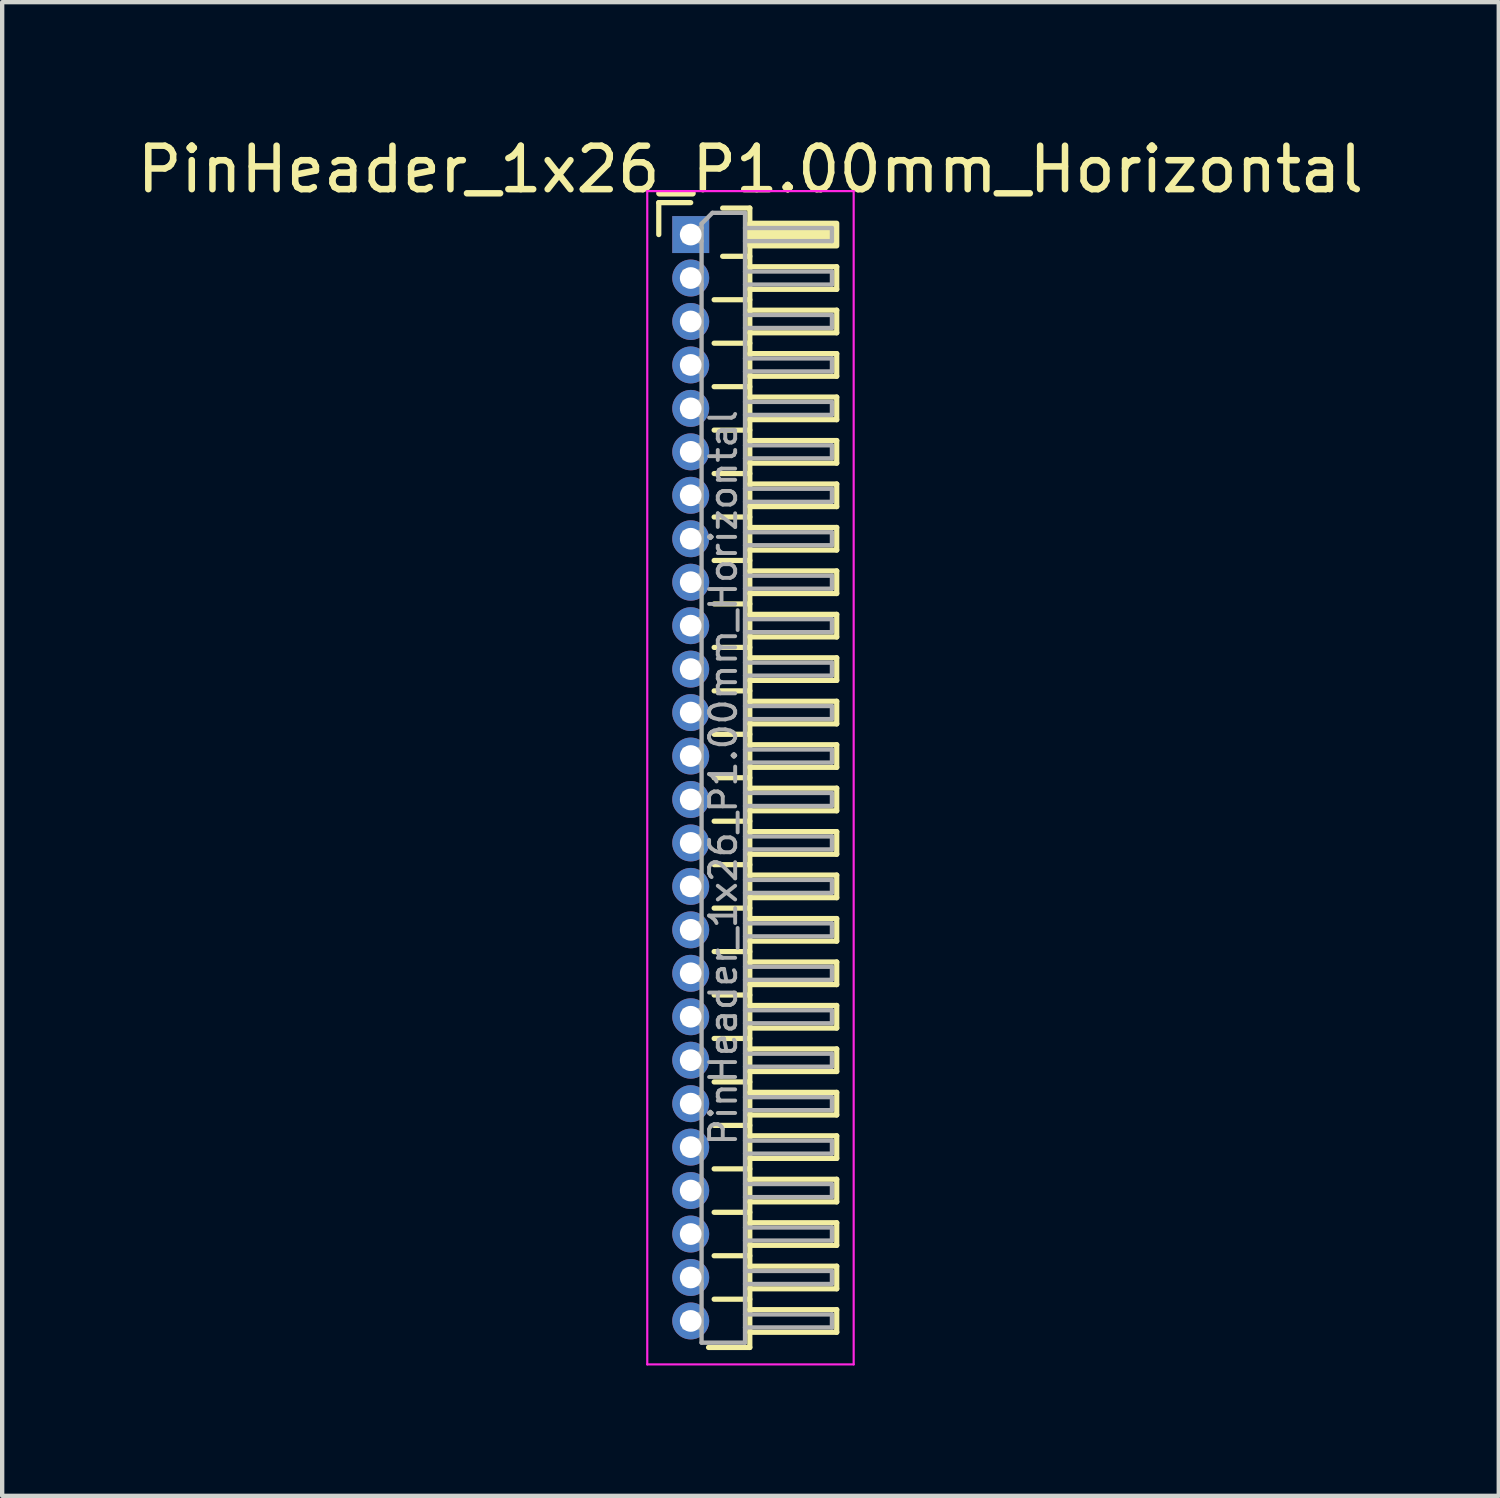
<source format=kicad_pcb>
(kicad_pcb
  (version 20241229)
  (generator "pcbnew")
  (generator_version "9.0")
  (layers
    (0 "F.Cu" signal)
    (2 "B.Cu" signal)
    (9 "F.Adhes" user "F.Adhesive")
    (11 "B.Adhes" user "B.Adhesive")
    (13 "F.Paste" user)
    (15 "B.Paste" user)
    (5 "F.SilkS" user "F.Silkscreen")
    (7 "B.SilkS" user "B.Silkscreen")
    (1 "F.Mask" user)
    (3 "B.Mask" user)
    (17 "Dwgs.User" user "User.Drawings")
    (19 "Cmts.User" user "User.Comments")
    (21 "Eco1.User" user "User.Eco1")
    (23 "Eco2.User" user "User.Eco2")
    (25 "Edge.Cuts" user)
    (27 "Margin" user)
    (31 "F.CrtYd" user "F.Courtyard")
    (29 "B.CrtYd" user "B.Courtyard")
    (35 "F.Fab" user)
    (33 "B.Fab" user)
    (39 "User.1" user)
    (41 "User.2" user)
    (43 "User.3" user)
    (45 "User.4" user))
  (footprint "PinHeader_1x26_P1.00mm_Horizontal"
    (layer "F.Cu")
    (at 12.845 2.348)
    (property "Reference" "PinHeader_1x26_P1.00mm_Horizontal" (at 1.375 -1.5 0) (layer "F.SilkS") (effects (font (size 1 1) (thickness 0.15))))
    (attr through_hole)
    (fp_line (start -0.735 -0.735) (end 0 -0.735) (stroke (width 0.12) (type solid)) (layer "F.SilkS"))
    (fp_line (start -0.735 0) (end -0.735 -0.735) (stroke (width 0.12) (type solid)) (layer "F.SilkS"))
    (fp_line (start 0.539 1.5) (end 1.36 1.5) (stroke (width 0.12) (type solid)) (layer "F.SilkS"))
    (fp_line (start 0.539 2.5) (end 1.36 2.5) (stroke (width 0.12) (type solid)) (layer "F.SilkS"))
    (fp_line (start 0.539 3.5) (end 1.36 3.5) (stroke (width 0.12) (type solid)) (layer "F.SilkS"))
    (fp_line (start 0.539 4.5) (end 1.36 4.5) (stroke (width 0.12) (type solid)) (layer "F.SilkS"))
    (fp_line (start 0.539 5.5) (end 1.36 5.5) (stroke (width 0.12) (type solid)) (layer "F.SilkS"))
    (fp_line (start 0.539 6.5) (end 1.36 6.5) (stroke (width 0.12) (type solid)) (layer "F.SilkS"))
    (fp_line (start 0.539 7.5) (end 1.36 7.5) (stroke (width 0.12) (type solid)) (layer "F.SilkS"))
    (fp_line (start 0.539 8.5) (end 1.36 8.5) (stroke (width 0.12) (type solid)) (layer "F.SilkS"))
    (fp_line (start 0.539 9.5) (end 1.36 9.5) (stroke (width 0.12) (type solid)) (layer "F.SilkS"))
    (fp_line (start 0.539 10.5) (end 1.36 10.5) (stroke (width 0.12) (type solid)) (layer "F.SilkS"))
    (fp_line (start 0.539 11.5) (end 1.36 11.5) (stroke (width 0.12) (type solid)) (layer "F.SilkS"))
    (fp_line (start 0.539 12.5) (end 1.36 12.5) (stroke (width 0.12) (type solid)) (layer "F.SilkS"))
    (fp_line (start 0.539 13.5) (end 1.36 13.5) (stroke (width 0.12) (type solid)) (layer "F.SilkS"))
    (fp_line (start 0.539 14.5) (end 1.36 14.5) (stroke (width 0.12) (type solid)) (layer "F.SilkS"))
    (fp_line (start 0.539 15.5) (end 1.36 15.5) (stroke (width 0.12) (type solid)) (layer "F.SilkS"))
    (fp_line (start 0.539 16.5) (end 1.36 16.5) (stroke (width 0.12) (type solid)) (layer "F.SilkS"))
    (fp_line (start 0.539 17.5) (end 1.36 17.5) (stroke (width 0.12) (type solid)) (layer "F.SilkS"))
    (fp_line (start 0.539 18.5) (end 1.36 18.5) (stroke (width 0.12) (type solid)) (layer "F.SilkS"))
    (fp_line (start 0.539 19.5) (end 1.36 19.5) (stroke (width 0.12) (type solid)) (layer "F.SilkS"))
    (fp_line (start 0.539 20.5) (end 1.36 20.5) (stroke (width 0.12) (type solid)) (layer "F.SilkS"))
    (fp_line (start 0.539 21.5) (end 1.36 21.5) (stroke (width 0.12) (type solid)) (layer "F.SilkS"))
    (fp_line (start 0.539 22.5) (end 1.36 22.5) (stroke (width 0.12) (type solid)) (layer "F.SilkS"))
    (fp_line (start 0.539 23.5) (end 1.36 23.5) (stroke (width 0.12) (type solid)) (layer "F.SilkS"))
    (fp_line (start 0.539 24.5) (end 1.36 24.5) (stroke (width 0.12) (type solid)) (layer "F.SilkS"))
    (fp_line (start 0.735 -0.61) (end 1.36 -0.61) (stroke (width 0.12) (type solid)) (layer "F.SilkS"))
    (fp_line (start 0.735 0.5) (end 1.36 0.5) (stroke (width 0.12) (type solid)) (layer "F.SilkS"))
    (fp_line (start 1.36 -0.61) (end 1.36 25.61) (stroke (width 0.12) (type solid)) (layer "F.SilkS"))
    (fp_line (start 1.36 0.74) (end 3.36 0.74) (stroke (width 0.12) (type solid)) (layer "F.SilkS"))
    (fp_line (start 1.36 1.74) (end 3.36 1.74) (stroke (width 0.12) (type solid)) (layer "F.SilkS"))
    (fp_line (start 1.36 2.74) (end 3.36 2.74) (stroke (width 0.12) (type solid)) (layer "F.SilkS"))
    (fp_line (start 1.36 3.74) (end 3.36 3.74) (stroke (width 0.12) (type solid)) (layer "F.SilkS"))
    (fp_line (start 1.36 4.74) (end 3.36 4.74) (stroke (width 0.12) (type solid)) (layer "F.SilkS"))
    (fp_line (start 1.36 5.74) (end 3.36 5.74) (stroke (width 0.12) (type solid)) (layer "F.SilkS"))
    (fp_line (start 1.36 6.74) (end 3.36 6.74) (stroke (width 0.12) (type solid)) (layer "F.SilkS"))
    (fp_line (start 1.36 7.74) (end 3.36 7.74) (stroke (width 0.12) (type solid)) (layer "F.SilkS"))
    (fp_line (start 1.36 8.74) (end 3.36 8.74) (stroke (width 0.12) (type solid)) (layer "F.SilkS"))
    (fp_line (start 1.36 9.74) (end 3.36 9.74) (stroke (width 0.12) (type solid)) (layer "F.SilkS"))
    (fp_line (start 1.36 10.74) (end 3.36 10.74) (stroke (width 0.12) (type solid)) (layer "F.SilkS"))
    (fp_line (start 1.36 11.74) (end 3.36 11.74) (stroke (width 0.12) (type solid)) (layer "F.SilkS"))
    (fp_line (start 1.36 12.74) (end 3.36 12.74) (stroke (width 0.12) (type solid)) (layer "F.SilkS"))
    (fp_line (start 1.36 13.74) (end 3.36 13.74) (stroke (width 0.12) (type solid)) (layer "F.SilkS"))
    (fp_line (start 1.36 14.74) (end 3.36 14.74) (stroke (width 0.12) (type solid)) (layer "F.SilkS"))
    (fp_line (start 1.36 15.74) (end 3.36 15.74) (stroke (width 0.12) (type solid)) (layer "F.SilkS"))
    (fp_line (start 1.36 16.74) (end 3.36 16.74) (stroke (width 0.12) (type solid)) (layer "F.SilkS"))
    (fp_line (start 1.36 17.74) (end 3.36 17.74) (stroke (width 0.12) (type solid)) (layer "F.SilkS"))
    (fp_line (start 1.36 18.74) (end 3.36 18.74) (stroke (width 0.12) (type solid)) (layer "F.SilkS"))
    (fp_line (start 1.36 19.74) (end 3.36 19.74) (stroke (width 0.12) (type solid)) (layer "F.SilkS"))
    (fp_line (start 1.36 20.74) (end 3.36 20.74) (stroke (width 0.12) (type solid)) (layer "F.SilkS"))
    (fp_line (start 1.36 21.74) (end 3.36 21.74) (stroke (width 0.12) (type solid)) (layer "F.SilkS"))
    (fp_line (start 1.36 22.74) (end 3.36 22.74) (stroke (width 0.12) (type solid)) (layer "F.SilkS"))
    (fp_line (start 1.36 23.74) (end 3.36 23.74) (stroke (width 0.12) (type solid)) (layer "F.SilkS"))
    (fp_line (start 1.36 24.74) (end 3.36 24.74) (stroke (width 0.12) (type solid)) (layer "F.SilkS"))
    (fp_line (start 1.36 25.61) (end 0.41 25.61) (stroke (width 0.12) (type solid)) (layer "F.SilkS"))
    (fp_line (start 3.36 0.74) (end 3.36 1.26) (stroke (width 0.12) (type solid)) (layer "F.SilkS"))
    (fp_line (start 3.36 1.26) (end 1.36 1.26) (stroke (width 0.12) (type solid)) (layer "F.SilkS"))
    (fp_line (start 3.36 1.74) (end 3.36 2.26) (stroke (width 0.12) (type solid)) (layer "F.SilkS"))
    (fp_line (start 3.36 2.26) (end 1.36 2.26) (stroke (width 0.12) (type solid)) (layer "F.SilkS"))
    (fp_line (start 3.36 2.74) (end 3.36 3.26) (stroke (width 0.12) (type solid)) (layer "F.SilkS"))
    (fp_line (start 3.36 3.26) (end 1.36 3.26) (stroke (width 0.12) (type solid)) (layer "F.SilkS"))
    (fp_line (start 3.36 3.74) (end 3.36 4.26) (stroke (width 0.12) (type solid)) (layer "F.SilkS"))
    (fp_line (start 3.36 4.26) (end 1.36 4.26) (stroke (width 0.12) (type solid)) (layer "F.SilkS"))
    (fp_line (start 3.36 4.74) (end 3.36 5.26) (stroke (width 0.12) (type solid)) (layer "F.SilkS"))
    (fp_line (start 3.36 5.26) (end 1.36 5.26) (stroke (width 0.12) (type solid)) (layer "F.SilkS"))
    (fp_line (start 3.36 5.74) (end 3.36 6.26) (stroke (width 0.12) (type solid)) (layer "F.SilkS"))
    (fp_line (start 3.36 6.26) (end 1.36 6.26) (stroke (width 0.12) (type solid)) (layer "F.SilkS"))
    (fp_line (start 3.36 6.74) (end 3.36 7.26) (stroke (width 0.12) (type solid)) (layer "F.SilkS"))
    (fp_line (start 3.36 7.26) (end 1.36 7.26) (stroke (width 0.12) (type solid)) (layer "F.SilkS"))
    (fp_line (start 3.36 7.74) (end 3.36 8.26) (stroke (width 0.12) (type solid)) (layer "F.SilkS"))
    (fp_line (start 3.36 8.26) (end 1.36 8.26) (stroke (width 0.12) (type solid)) (layer "F.SilkS"))
    (fp_line (start 3.36 8.74) (end 3.36 9.26) (stroke (width 0.12) (type solid)) (layer "F.SilkS"))
    (fp_line (start 3.36 9.26) (end 1.36 9.26) (stroke (width 0.12) (type solid)) (layer "F.SilkS"))
    (fp_line (start 3.36 9.74) (end 3.36 10.26) (stroke (width 0.12) (type solid)) (layer "F.SilkS"))
    (fp_line (start 3.36 10.26) (end 1.36 10.26) (stroke (width 0.12) (type solid)) (layer "F.SilkS"))
    (fp_line (start 3.36 10.74) (end 3.36 11.26) (stroke (width 0.12) (type solid)) (layer "F.SilkS"))
    (fp_line (start 3.36 11.26) (end 1.36 11.26) (stroke (width 0.12) (type solid)) (layer "F.SilkS"))
    (fp_line (start 3.36 11.74) (end 3.36 12.26) (stroke (width 0.12) (type solid)) (layer "F.SilkS"))
    (fp_line (start 3.36 12.26) (end 1.36 12.26) (stroke (width 0.12) (type solid)) (layer "F.SilkS"))
    (fp_line (start 3.36 12.74) (end 3.36 13.26) (stroke (width 0.12) (type solid)) (layer "F.SilkS"))
    (fp_line (start 3.36 13.26) (end 1.36 13.26) (stroke (width 0.12) (type solid)) (layer "F.SilkS"))
    (fp_line (start 3.36 13.74) (end 3.36 14.26) (stroke (width 0.12) (type solid)) (layer "F.SilkS"))
    (fp_line (start 3.36 14.26) (end 1.36 14.26) (stroke (width 0.12) (type solid)) (layer "F.SilkS"))
    (fp_line (start 3.36 14.74) (end 3.36 15.26) (stroke (width 0.12) (type solid)) (layer "F.SilkS"))
    (fp_line (start 3.36 15.26) (end 1.36 15.26) (stroke (width 0.12) (type solid)) (layer "F.SilkS"))
    (fp_line (start 3.36 15.74) (end 3.36 16.26) (stroke (width 0.12) (type solid)) (layer "F.SilkS"))
    (fp_line (start 3.36 16.26) (end 1.36 16.26) (stroke (width 0.12) (type solid)) (layer "F.SilkS"))
    (fp_line (start 3.36 16.74) (end 3.36 17.26) (stroke (width 0.12) (type solid)) (layer "F.SilkS"))
    (fp_line (start 3.36 17.26) (end 1.36 17.26) (stroke (width 0.12) (type solid)) (layer "F.SilkS"))
    (fp_line (start 3.36 17.74) (end 3.36 18.26) (stroke (width 0.12) (type solid)) (layer "F.SilkS"))
    (fp_line (start 3.36 18.26) (end 1.36 18.26) (stroke (width 0.12) (type solid)) (layer "F.SilkS"))
    (fp_line (start 3.36 18.74) (end 3.36 19.26) (stroke (width 0.12) (type solid)) (layer "F.SilkS"))
    (fp_line (start 3.36 19.26) (end 1.36 19.26) (stroke (width 0.12) (type solid)) (layer "F.SilkS"))
    (fp_line (start 3.36 19.74) (end 3.36 20.26) (stroke (width 0.12) (type solid)) (layer "F.SilkS"))
    (fp_line (start 3.36 20.26) (end 1.36 20.26) (stroke (width 0.12) (type solid)) (layer "F.SilkS"))
    (fp_line (start 3.36 20.74) (end 3.36 21.26) (stroke (width 0.12) (type solid)) (layer "F.SilkS"))
    (fp_line (start 3.36 21.26) (end 1.36 21.26) (stroke (width 0.12) (type solid)) (layer "F.SilkS"))
    (fp_line (start 3.36 21.74) (end 3.36 22.26) (stroke (width 0.12) (type solid)) (layer "F.SilkS"))
    (fp_line (start 3.36 22.26) (end 1.36 22.26) (stroke (width 0.12) (type solid)) (layer "F.SilkS"))
    (fp_line (start 3.36 22.74) (end 3.36 23.26) (stroke (width 0.12) (type solid)) (layer "F.SilkS"))
    (fp_line (start 3.36 23.26) (end 1.36 23.26) (stroke (width 0.12) (type solid)) (layer "F.SilkS"))
    (fp_line (start 3.36 23.74) (end 3.36 24.26) (stroke (width 0.12) (type solid)) (layer "F.SilkS"))
    (fp_line (start 3.36 24.26) (end 1.36 24.26) (stroke (width 0.12) (type solid)) (layer "F.SilkS"))
    (fp_line (start 3.36 24.74) (end 3.36 25.26) (stroke (width 0.12) (type solid)) (layer "F.SilkS"))
    (fp_line (start 3.36 25.26) (end 1.36 25.26) (stroke (width 0.12) (type solid)) (layer "F.SilkS"))
    (fp_rect (start 1.36 -0.26) (end 3.36 0.26) (stroke (width 0.12) (type solid)) (fill yes) (layer "F.SilkS"))
    (fp_line (start -1 -1) (end -1 26) (stroke (width 0.05) (type solid)) (layer "F.CrtYd"))
    (fp_line (start -1 26) (end 3.75 26) (stroke (width 0.05) (type solid)) (layer "F.CrtYd"))
    (fp_line (start 3.75 -1) (end -1 -1) (stroke (width 0.05) (type solid)) (layer "F.CrtYd"))
    (fp_line (start 3.75 26) (end 3.75 -1) (stroke (width 0.05) (type solid)) (layer "F.CrtYd"))
    (fp_line (start -0.15 -0.15) (end -0.15 0.15) (stroke (width 0.1) (type solid)) (layer "F.Fab"))
    (fp_line (start -0.15 -0.15) (end 0.25 -0.15) (stroke (width 0.1) (type solid)) (layer "F.Fab"))
    (fp_line (start -0.15 0.15) (end 0.25 0.15) (stroke (width 0.1) (type solid)) (layer "F.Fab"))
    (fp_line (start -0.15 0.85) (end -0.15 1.15) (stroke (width 0.1) (type solid)) (layer "F.Fab"))
    (fp_line (start -0.15 0.85) (end 0.25 0.85) (stroke (width 0.1) (type solid)) (layer "F.Fab"))
    (fp_line (start -0.15 1.15) (end 0.25 1.15) (stroke (width 0.1) (type solid)) (layer "F.Fab"))
    (fp_line (start -0.15 1.85) (end -0.15 2.15) (stroke (width 0.1) (type solid)) (layer "F.Fab"))
    (fp_line (start -0.15 1.85) (end 0.25 1.85) (stroke (width 0.1) (type solid)) (layer "F.Fab"))
    (fp_line (start -0.15 2.15) (end 0.25 2.15) (stroke (width 0.1) (type solid)) (layer "F.Fab"))
    (fp_line (start -0.15 2.85) (end -0.15 3.15) (stroke (width 0.1) (type solid)) (layer "F.Fab"))
    (fp_line (start -0.15 2.85) (end 0.25 2.85) (stroke (width 0.1) (type solid)) (layer "F.Fab"))
    (fp_line (start -0.15 3.15) (end 0.25 3.15) (stroke (width 0.1) (type solid)) (layer "F.Fab"))
    (fp_line (start -0.15 3.85) (end -0.15 4.15) (stroke (width 0.1) (type solid)) (layer "F.Fab"))
    (fp_line (start -0.15 3.85) (end 0.25 3.85) (stroke (width 0.1) (type solid)) (layer "F.Fab"))
    (fp_line (start -0.15 4.15) (end 0.25 4.15) (stroke (width 0.1) (type solid)) (layer "F.Fab"))
    (fp_line (start -0.15 4.85) (end -0.15 5.15) (stroke (width 0.1) (type solid)) (layer "F.Fab"))
    (fp_line (start -0.15 4.85) (end 0.25 4.85) (stroke (width 0.1) (type solid)) (layer "F.Fab"))
    (fp_line (start -0.15 5.15) (end 0.25 5.15) (stroke (width 0.1) (type solid)) (layer "F.Fab"))
    (fp_line (start -0.15 5.85) (end -0.15 6.15) (stroke (width 0.1) (type solid)) (layer "F.Fab"))
    (fp_line (start -0.15 5.85) (end 0.25 5.85) (stroke (width 0.1) (type solid)) (layer "F.Fab"))
    (fp_line (start -0.15 6.15) (end 0.25 6.15) (stroke (width 0.1) (type solid)) (layer "F.Fab"))
    (fp_line (start -0.15 6.85) (end -0.15 7.15) (stroke (width 0.1) (type solid)) (layer "F.Fab"))
    (fp_line (start -0.15 6.85) (end 0.25 6.85) (stroke (width 0.1) (type solid)) (layer "F.Fab"))
    (fp_line (start -0.15 7.15) (end 0.25 7.15) (stroke (width 0.1) (type solid)) (layer "F.Fab"))
    (fp_line (start -0.15 7.85) (end -0.15 8.15) (stroke (width 0.1) (type solid)) (layer "F.Fab"))
    (fp_line (start -0.15 7.85) (end 0.25 7.85) (stroke (width 0.1) (type solid)) (layer "F.Fab"))
    (fp_line (start -0.15 8.15) (end 0.25 8.15) (stroke (width 0.1) (type solid)) (layer "F.Fab"))
    (fp_line (start -0.15 8.85) (end -0.15 9.15) (stroke (width 0.1) (type solid)) (layer "F.Fab"))
    (fp_line (start -0.15 8.85) (end 0.25 8.85) (stroke (width 0.1) (type solid)) (layer "F.Fab"))
    (fp_line (start -0.15 9.15) (end 0.25 9.15) (stroke (width 0.1) (type solid)) (layer "F.Fab"))
    (fp_line (start -0.15 9.85) (end -0.15 10.15) (stroke (width 0.1) (type solid)) (layer "F.Fab"))
    (fp_line (start -0.15 9.85) (end 0.25 9.85) (stroke (width 0.1) (type solid)) (layer "F.Fab"))
    (fp_line (start -0.15 10.15) (end 0.25 10.15) (stroke (width 0.1) (type solid)) (layer "F.Fab"))
    (fp_line (start -0.15 10.85) (end -0.15 11.15) (stroke (width 0.1) (type solid)) (layer "F.Fab"))
    (fp_line (start -0.15 10.85) (end 0.25 10.85) (stroke (width 0.1) (type solid)) (layer "F.Fab"))
    (fp_line (start -0.15 11.15) (end 0.25 11.15) (stroke (width 0.1) (type solid)) (layer "F.Fab"))
    (fp_line (start -0.15 11.85) (end -0.15 12.15) (stroke (width 0.1) (type solid)) (layer "F.Fab"))
    (fp_line (start -0.15 11.85) (end 0.25 11.85) (stroke (width 0.1) (type solid)) (layer "F.Fab"))
    (fp_line (start -0.15 12.15) (end 0.25 12.15) (stroke (width 0.1) (type solid)) (layer "F.Fab"))
    (fp_line (start -0.15 12.85) (end -0.15 13.15) (stroke (width 0.1) (type solid)) (layer "F.Fab"))
    (fp_line (start -0.15 12.85) (end 0.25 12.85) (stroke (width 0.1) (type solid)) (layer "F.Fab"))
    (fp_line (start -0.15 13.15) (end 0.25 13.15) (stroke (width 0.1) (type solid)) (layer "F.Fab"))
    (fp_line (start -0.15 13.85) (end -0.15 14.15) (stroke (width 0.1) (type solid)) (layer "F.Fab"))
    (fp_line (start -0.15 13.85) (end 0.25 13.85) (stroke (width 0.1) (type solid)) (layer "F.Fab"))
    (fp_line (start -0.15 14.15) (end 0.25 14.15) (stroke (width 0.1) (type solid)) (layer "F.Fab"))
    (fp_line (start -0.15 14.85) (end -0.15 15.15) (stroke (width 0.1) (type solid)) (layer "F.Fab"))
    (fp_line (start -0.15 14.85) (end 0.25 14.85) (stroke (width 0.1) (type solid)) (layer "F.Fab"))
    (fp_line (start -0.15 15.15) (end 0.25 15.15) (stroke (width 0.1) (type solid)) (layer "F.Fab"))
    (fp_line (start -0.15 15.85) (end -0.15 16.15) (stroke (width 0.1) (type solid)) (layer "F.Fab"))
    (fp_line (start -0.15 15.85) (end 0.25 15.85) (stroke (width 0.1) (type solid)) (layer "F.Fab"))
    (fp_line (start -0.15 16.15) (end 0.25 16.15) (stroke (width 0.1) (type solid)) (layer "F.Fab"))
    (fp_line (start -0.15 16.85) (end -0.15 17.15) (stroke (width 0.1) (type solid)) (layer "F.Fab"))
    (fp_line (start -0.15 16.85) (end 0.25 16.85) (stroke (width 0.1) (type solid)) (layer "F.Fab"))
    (fp_line (start -0.15 17.15) (end 0.25 17.15) (stroke (width 0.1) (type solid)) (layer "F.Fab"))
    (fp_line (start -0.15 17.85) (end -0.15 18.15) (stroke (width 0.1) (type solid)) (layer "F.Fab"))
    (fp_line (start -0.15 17.85) (end 0.25 17.85) (stroke (width 0.1) (type solid)) (layer "F.Fab"))
    (fp_line (start -0.15 18.15) (end 0.25 18.15) (stroke (width 0.1) (type solid)) (layer "F.Fab"))
    (fp_line (start -0.15 18.85) (end -0.15 19.15) (stroke (width 0.1) (type solid)) (layer "F.Fab"))
    (fp_line (start -0.15 18.85) (end 0.25 18.85) (stroke (width 0.1) (type solid)) (layer "F.Fab"))
    (fp_line (start -0.15 19.15) (end 0.25 19.15) (stroke (width 0.1) (type solid)) (layer "F.Fab"))
    (fp_line (start -0.15 19.85) (end -0.15 20.15) (stroke (width 0.1) (type solid)) (layer "F.Fab"))
    (fp_line (start -0.15 19.85) (end 0.25 19.85) (stroke (width 0.1) (type solid)) (layer "F.Fab"))
    (fp_line (start -0.15 20.15) (end 0.25 20.15) (stroke (width 0.1) (type solid)) (layer "F.Fab"))
    (fp_line (start -0.15 20.85) (end -0.15 21.15) (stroke (width 0.1) (type solid)) (layer "F.Fab"))
    (fp_line (start -0.15 20.85) (end 0.25 20.85) (stroke (width 0.1) (type solid)) (layer "F.Fab"))
    (fp_line (start -0.15 21.15) (end 0.25 21.15) (stroke (width 0.1) (type solid)) (layer "F.Fab"))
    (fp_line (start -0.15 21.85) (end -0.15 22.15) (stroke (width 0.1) (type solid)) (layer "F.Fab"))
    (fp_line (start -0.15 21.85) (end 0.25 21.85) (stroke (width 0.1) (type solid)) (layer "F.Fab"))
    (fp_line (start -0.15 22.15) (end 0.25 22.15) (stroke (width 0.1) (type solid)) (layer "F.Fab"))
    (fp_line (start -0.15 22.85) (end -0.15 23.15) (stroke (width 0.1) (type solid)) (layer "F.Fab"))
    (fp_line (start -0.15 22.85) (end 0.25 22.85) (stroke (width 0.1) (type solid)) (layer "F.Fab"))
    (fp_line (start -0.15 23.15) (end 0.25 23.15) (stroke (width 0.1) (type solid)) (layer "F.Fab"))
    (fp_line (start -0.15 23.85) (end -0.15 24.15) (stroke (width 0.1) (type solid)) (layer "F.Fab"))
    (fp_line (start -0.15 23.85) (end 0.25 23.85) (stroke (width 0.1) (type solid)) (layer "F.Fab"))
    (fp_line (start -0.15 24.15) (end 0.25 24.15) (stroke (width 0.1) (type solid)) (layer "F.Fab"))
    (fp_line (start -0.15 24.85) (end -0.15 25.15) (stroke (width 0.1) (type solid)) (layer "F.Fab"))
    (fp_line (start -0.15 24.85) (end 0.25 24.85) (stroke (width 0.1) (type solid)) (layer "F.Fab"))
    (fp_line (start -0.15 25.15) (end 0.25 25.15) (stroke (width 0.1) (type solid)) (layer "F.Fab"))
    (fp_line (start 0.25 -0.25) (end 0.5 -0.5) (stroke (width 0.1) (type solid)) (layer "F.Fab"))
    (fp_line (start 0.25 25.5) (end 0.25 -0.25) (stroke (width 0.1) (type solid)) (layer "F.Fab"))
    (fp_line (start 0.5 -0.5) (end 1.25 -0.5) (stroke (width 0.1) (type solid)) (layer "F.Fab"))
    (fp_line (start 1.25 -0.5) (end 1.25 25.5) (stroke (width 0.1) (type solid)) (layer "F.Fab"))
    (fp_line (start 1.25 -0.15) (end 3.25 -0.15) (stroke (width 0.1) (type solid)) (layer "F.Fab"))
    (fp_line (start 1.25 0.15) (end 3.25 0.15) (stroke (width 0.1) (type solid)) (layer "F.Fab"))
    (fp_line (start 1.25 0.85) (end 3.25 0.85) (stroke (width 0.1) (type solid)) (layer "F.Fab"))
    (fp_line (start 1.25 1.15) (end 3.25 1.15) (stroke (width 0.1) (type solid)) (layer "F.Fab"))
    (fp_line (start 1.25 1.85) (end 3.25 1.85) (stroke (width 0.1) (type solid)) (layer "F.Fab"))
    (fp_line (start 1.25 2.15) (end 3.25 2.15) (stroke (width 0.1) (type solid)) (layer "F.Fab"))
    (fp_line (start 1.25 2.85) (end 3.25 2.85) (stroke (width 0.1) (type solid)) (layer "F.Fab"))
    (fp_line (start 1.25 3.15) (end 3.25 3.15) (stroke (width 0.1) (type solid)) (layer "F.Fab"))
    (fp_line (start 1.25 3.85) (end 3.25 3.85) (stroke (width 0.1) (type solid)) (layer "F.Fab"))
    (fp_line (start 1.25 4.15) (end 3.25 4.15) (stroke (width 0.1) (type solid)) (layer "F.Fab"))
    (fp_line (start 1.25 4.85) (end 3.25 4.85) (stroke (width 0.1) (type solid)) (layer "F.Fab"))
    (fp_line (start 1.25 5.15) (end 3.25 5.15) (stroke (width 0.1) (type solid)) (layer "F.Fab"))
    (fp_line (start 1.25 5.85) (end 3.25 5.85) (stroke (width 0.1) (type solid)) (layer "F.Fab"))
    (fp_line (start 1.25 6.15) (end 3.25 6.15) (stroke (width 0.1) (type solid)) (layer "F.Fab"))
    (fp_line (start 1.25 6.85) (end 3.25 6.85) (stroke (width 0.1) (type solid)) (layer "F.Fab"))
    (fp_line (start 1.25 7.15) (end 3.25 7.15) (stroke (width 0.1) (type solid)) (layer "F.Fab"))
    (fp_line (start 1.25 7.85) (end 3.25 7.85) (stroke (width 0.1) (type solid)) (layer "F.Fab"))
    (fp_line (start 1.25 8.15) (end 3.25 8.15) (stroke (width 0.1) (type solid)) (layer "F.Fab"))
    (fp_line (start 1.25 8.85) (end 3.25 8.85) (stroke (width 0.1) (type solid)) (layer "F.Fab"))
    (fp_line (start 1.25 9.15) (end 3.25 9.15) (stroke (width 0.1) (type solid)) (layer "F.Fab"))
    (fp_line (start 1.25 9.85) (end 3.25 9.85) (stroke (width 0.1) (type solid)) (layer "F.Fab"))
    (fp_line (start 1.25 10.15) (end 3.25 10.15) (stroke (width 0.1) (type solid)) (layer "F.Fab"))
    (fp_line (start 1.25 10.85) (end 3.25 10.85) (stroke (width 0.1) (type solid)) (layer "F.Fab"))
    (fp_line (start 1.25 11.15) (end 3.25 11.15) (stroke (width 0.1) (type solid)) (layer "F.Fab"))
    (fp_line (start 1.25 11.85) (end 3.25 11.85) (stroke (width 0.1) (type solid)) (layer "F.Fab"))
    (fp_line (start 1.25 12.15) (end 3.25 12.15) (stroke (width 0.1) (type solid)) (layer "F.Fab"))
    (fp_line (start 1.25 12.85) (end 3.25 12.85) (stroke (width 0.1) (type solid)) (layer "F.Fab"))
    (fp_line (start 1.25 13.15) (end 3.25 13.15) (stroke (width 0.1) (type solid)) (layer "F.Fab"))
    (fp_line (start 1.25 13.85) (end 3.25 13.85) (stroke (width 0.1) (type solid)) (layer "F.Fab"))
    (fp_line (start 1.25 14.15) (end 3.25 14.15) (stroke (width 0.1) (type solid)) (layer "F.Fab"))
    (fp_line (start 1.25 14.85) (end 3.25 14.85) (stroke (width 0.1) (type solid)) (layer "F.Fab"))
    (fp_line (start 1.25 15.15) (end 3.25 15.15) (stroke (width 0.1) (type solid)) (layer "F.Fab"))
    (fp_line (start 1.25 15.85) (end 3.25 15.85) (stroke (width 0.1) (type solid)) (layer "F.Fab"))
    (fp_line (start 1.25 16.15) (end 3.25 16.15) (stroke (width 0.1) (type solid)) (layer "F.Fab"))
    (fp_line (start 1.25 16.85) (end 3.25 16.85) (stroke (width 0.1) (type solid)) (layer "F.Fab"))
    (fp_line (start 1.25 17.15) (end 3.25 17.15) (stroke (width 0.1) (type solid)) (layer "F.Fab"))
    (fp_line (start 1.25 17.85) (end 3.25 17.85) (stroke (width 0.1) (type solid)) (layer "F.Fab"))
    (fp_line (start 1.25 18.15) (end 3.25 18.15) (stroke (width 0.1) (type solid)) (layer "F.Fab"))
    (fp_line (start 1.25 18.85) (end 3.25 18.85) (stroke (width 0.1) (type solid)) (layer "F.Fab"))
    (fp_line (start 1.25 19.15) (end 3.25 19.15) (stroke (width 0.1) (type solid)) (layer "F.Fab"))
    (fp_line (start 1.25 19.85) (end 3.25 19.85) (stroke (width 0.1) (type solid)) (layer "F.Fab"))
    (fp_line (start 1.25 20.15) (end 3.25 20.15) (stroke (width 0.1) (type solid)) (layer "F.Fab"))
    (fp_line (start 1.25 20.85) (end 3.25 20.85) (stroke (width 0.1) (type solid)) (layer "F.Fab"))
    (fp_line (start 1.25 21.15) (end 3.25 21.15) (stroke (width 0.1) (type solid)) (layer "F.Fab"))
    (fp_line (start 1.25 21.85) (end 3.25 21.85) (stroke (width 0.1) (type solid)) (layer "F.Fab"))
    (fp_line (start 1.25 22.15) (end 3.25 22.15) (stroke (width 0.1) (type solid)) (layer "F.Fab"))
    (fp_line (start 1.25 22.85) (end 3.25 22.85) (stroke (width 0.1) (type solid)) (layer "F.Fab"))
    (fp_line (start 1.25 23.15) (end 3.25 23.15) (stroke (width 0.1) (type solid)) (layer "F.Fab"))
    (fp_line (start 1.25 23.85) (end 3.25 23.85) (stroke (width 0.1) (type solid)) (layer "F.Fab"))
    (fp_line (start 1.25 24.15) (end 3.25 24.15) (stroke (width 0.1) (type solid)) (layer "F.Fab"))
    (fp_line (start 1.25 24.85) (end 3.25 24.85) (stroke (width 0.1) (type solid)) (layer "F.Fab"))
    (fp_line (start 1.25 25.15) (end 3.25 25.15) (stroke (width 0.1) (type solid)) (layer "F.Fab"))
    (fp_line (start 1.25 25.5) (end 0.25 25.5) (stroke (width 0.1) (type solid)) (layer "F.Fab"))
    (fp_line (start 3.25 -0.15) (end 3.25 0.15) (stroke (width 0.1) (type solid)) (layer "F.Fab"))
    (fp_line (start 3.25 0.85) (end 3.25 1.15) (stroke (width 0.1) (type solid)) (layer "F.Fab"))
    (fp_line (start 3.25 1.85) (end 3.25 2.15) (stroke (width 0.1) (type solid)) (layer "F.Fab"))
    (fp_line (start 3.25 2.85) (end 3.25 3.15) (stroke (width 0.1) (type solid)) (layer "F.Fab"))
    (fp_line (start 3.25 3.85) (end 3.25 4.15) (stroke (width 0.1) (type solid)) (layer "F.Fab"))
    (fp_line (start 3.25 4.85) (end 3.25 5.15) (stroke (width 0.1) (type solid)) (layer "F.Fab"))
    (fp_line (start 3.25 5.85) (end 3.25 6.15) (stroke (width 0.1) (type solid)) (layer "F.Fab"))
    (fp_line (start 3.25 6.85) (end 3.25 7.15) (stroke (width 0.1) (type solid)) (layer "F.Fab"))
    (fp_line (start 3.25 7.85) (end 3.25 8.15) (stroke (width 0.1) (type solid)) (layer "F.Fab"))
    (fp_line (start 3.25 8.85) (end 3.25 9.15) (stroke (width 0.1) (type solid)) (layer "F.Fab"))
    (fp_line (start 3.25 9.85) (end 3.25 10.15) (stroke (width 0.1) (type solid)) (layer "F.Fab"))
    (fp_line (start 3.25 10.85) (end 3.25 11.15) (stroke (width 0.1) (type solid)) (layer "F.Fab"))
    (fp_line (start 3.25 11.85) (end 3.25 12.15) (stroke (width 0.1) (type solid)) (layer "F.Fab"))
    (fp_line (start 3.25 12.85) (end 3.25 13.15) (stroke (width 0.1) (type solid)) (layer "F.Fab"))
    (fp_line (start 3.25 13.85) (end 3.25 14.15) (stroke (width 0.1) (type solid)) (layer "F.Fab"))
    (fp_line (start 3.25 14.85) (end 3.25 15.15) (stroke (width 0.1) (type solid)) (layer "F.Fab"))
    (fp_line (start 3.25 15.85) (end 3.25 16.15) (stroke (width 0.1) (type solid)) (layer "F.Fab"))
    (fp_line (start 3.25 16.85) (end 3.25 17.15) (stroke (width 0.1) (type solid)) (layer "F.Fab"))
    (fp_line (start 3.25 17.85) (end 3.25 18.15) (stroke (width 0.1) (type solid)) (layer "F.Fab"))
    (fp_line (start 3.25 18.85) (end 3.25 19.15) (stroke (width 0.1) (type solid)) (layer "F.Fab"))
    (fp_line (start 3.25 19.85) (end 3.25 20.15) (stroke (width 0.1) (type solid)) (layer "F.Fab"))
    (fp_line (start 3.25 20.85) (end 3.25 21.15) (stroke (width 0.1) (type solid)) (layer "F.Fab"))
    (fp_line (start 3.25 21.85) (end 3.25 22.15) (stroke (width 0.1) (type solid)) (layer "F.Fab"))
    (fp_line (start 3.25 22.85) (end 3.25 23.15) (stroke (width 0.1) (type solid)) (layer "F.Fab"))
    (fp_line (start 3.25 23.85) (end 3.25 24.15) (stroke (width 0.1) (type solid)) (layer "F.Fab"))
    (fp_line (start 3.25 24.85) (end 3.25 25.15) (stroke (width 0.1) (type solid)) (layer "F.Fab"))
    (fp_text user "${REFERENCE}" (at 0.75 12.5 90) (layer "F.Fab") (effects (font (size 0.6 0.6) (thickness 0.09))))
    (pad "1" thru_hole rect (at 0 0) (size 0.85 0.85) (drill 0.5) (layers "*.Cu" "*.Mask"))
    (pad "2" thru_hole circle (at 0 1) (size 0.85 0.85) (drill 0.5) (layers "*.Cu" "*.Mask"))
    (pad "3" thru_hole circle (at 0 2) (size 0.85 0.85) (drill 0.5) (layers "*.Cu" "*.Mask"))
    (pad "4" thru_hole circle (at 0 3) (size 0.85 0.85) (drill 0.5) (layers "*.Cu" "*.Mask"))
    (pad "5" thru_hole circle (at 0 4) (size 0.85 0.85) (drill 0.5) (layers "*.Cu" "*.Mask"))
    (pad "6" thru_hole circle (at 0 5) (size 0.85 0.85) (drill 0.5) (layers "*.Cu" "*.Mask"))
    (pad "7" thru_hole circle (at 0 6) (size 0.85 0.85) (drill 0.5) (layers "*.Cu" "*.Mask"))
    (pad "8" thru_hole circle (at 0 7) (size 0.85 0.85) (drill 0.5) (layers "*.Cu" "*.Mask"))
    (pad "9" thru_hole circle (at 0 8) (size 0.85 0.85) (drill 0.5) (layers "*.Cu" "*.Mask"))
    (pad "10" thru_hole circle (at 0 9) (size 0.85 0.85) (drill 0.5) (layers "*.Cu" "*.Mask"))
    (pad "11" thru_hole circle (at 0 10) (size 0.85 0.85) (drill 0.5) (layers "*.Cu" "*.Mask"))
    (pad "12" thru_hole circle (at 0 11) (size 0.85 0.85) (drill 0.5) (layers "*.Cu" "*.Mask"))
    (pad "13" thru_hole circle (at 0 12) (size 0.85 0.85) (drill 0.5) (layers "*.Cu" "*.Mask"))
    (pad "14" thru_hole circle (at 0 13) (size 0.85 0.85) (drill 0.5) (layers "*.Cu" "*.Mask"))
    (pad "15" thru_hole circle (at 0 14) (size 0.85 0.85) (drill 0.5) (layers "*.Cu" "*.Mask"))
    (pad "16" thru_hole circle (at 0 15) (size 0.85 0.85) (drill 0.5) (layers "*.Cu" "*.Mask"))
    (pad "17" thru_hole circle (at 0 16) (size 0.85 0.85) (drill 0.5) (layers "*.Cu" "*.Mask"))
    (pad "18" thru_hole circle (at 0 17) (size 0.85 0.85) (drill 0.5) (layers "*.Cu" "*.Mask"))
    (pad "19" thru_hole circle (at 0 18) (size 0.85 0.85) (drill 0.5) (layers "*.Cu" "*.Mask"))
    (pad "20" thru_hole circle (at 0 19) (size 0.85 0.85) (drill 0.5) (layers "*.Cu" "*.Mask"))
    (pad "21" thru_hole circle (at 0 20) (size 0.85 0.85) (drill 0.5) (layers "*.Cu" "*.Mask"))
    (pad "22" thru_hole circle (at 0 21) (size 0.85 0.85) (drill 0.5) (layers "*.Cu" "*.Mask"))
    (pad "23" thru_hole circle (at 0 22) (size 0.85 0.85) (drill 0.5) (layers "*.Cu" "*.Mask"))
    (pad "24" thru_hole circle (at 0 23) (size 0.85 0.85) (drill 0.5) (layers "*.Cu" "*.Mask"))
    (pad "25" thru_hole circle (at 0 24) (size 0.85 0.85) (drill 0.5) (layers "*.Cu" "*.Mask"))
    (pad "26" thru_hole circle (at 0 25) (size 0.85 0.85) (drill 0.5) (layers "*.Cu" "*.Mask")))
  (gr_rect
    (start -3 -3)
    (end 31.44 31.373)
    (stroke (width 0.1) (type default))
    (fill no)
    (layer "Edge.Cuts")))
</source>
